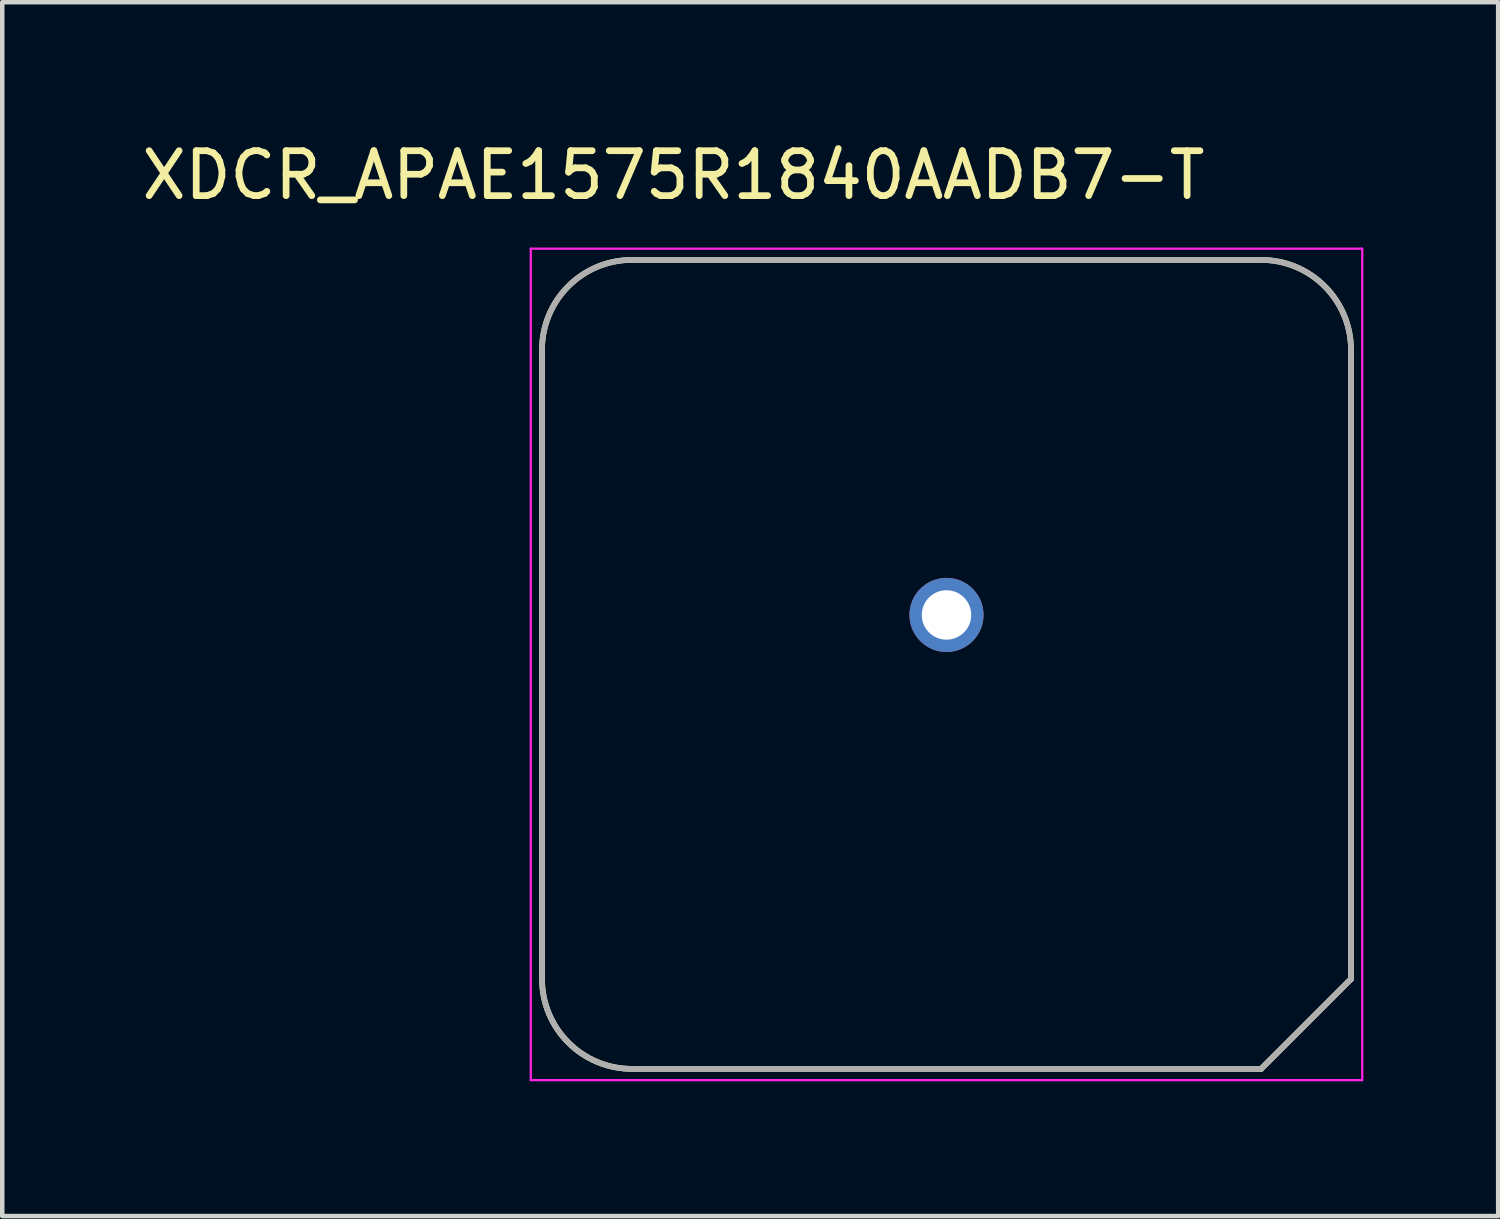
<source format=kicad_pcb>
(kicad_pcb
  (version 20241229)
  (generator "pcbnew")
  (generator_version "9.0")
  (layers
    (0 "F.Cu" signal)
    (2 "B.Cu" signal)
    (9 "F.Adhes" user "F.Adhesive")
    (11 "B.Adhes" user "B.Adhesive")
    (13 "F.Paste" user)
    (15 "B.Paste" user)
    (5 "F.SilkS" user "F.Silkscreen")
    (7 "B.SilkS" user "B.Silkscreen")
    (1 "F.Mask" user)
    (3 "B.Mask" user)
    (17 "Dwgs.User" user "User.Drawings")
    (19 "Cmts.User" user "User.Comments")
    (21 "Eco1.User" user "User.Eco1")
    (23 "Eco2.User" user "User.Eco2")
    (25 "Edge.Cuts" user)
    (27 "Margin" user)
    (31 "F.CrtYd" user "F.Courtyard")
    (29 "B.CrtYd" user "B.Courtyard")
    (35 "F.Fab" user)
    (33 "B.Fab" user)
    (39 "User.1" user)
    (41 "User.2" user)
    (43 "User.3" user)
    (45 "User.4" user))
  (footprint "XDCR_APAE1575R1840AADB7-T"
    (layer "F.Cu")
    (at 18.01 11.733)
    (property "Reference" "XDCR_APAE1575R1840AADB7-T" (at -6.075 -10.885 0) (layer "F.SilkS") (effects (font (size 1 1) (thickness 0.15))))
    (attr through_hole)
    (fp_line (start -9 -7) (end -9 7) (stroke (width 0.127) (type solid)) (layer "F.SilkS"))
    (fp_line (start -7 9) (end 7 9) (stroke (width 0.127) (type solid)) (layer "F.SilkS"))
    (fp_line (start 7 -9) (end -7 -9) (stroke (width 0.127) (type solid)) (layer "F.SilkS"))
    (fp_line (start 7 9) (end 9 7) (stroke (width 0.127) (type solid)) (layer "F.SilkS"))
    (fp_line (start 9 7) (end 9 -7) (stroke (width 0.127) (type solid)) (layer "F.SilkS"))
    (fp_arc (start -9 -7) (mid -8.414214 -8.414214) (end -7 -9) (stroke (width 0.127) (type solid)) (layer "F.SilkS"))
    (fp_arc (start -7 9) (mid -8.414214 8.414214) (end -9 7) (stroke (width 0.127) (type solid)) (layer "F.SilkS"))
    (fp_arc (start 7 -9) (mid 8.414214 -8.414214) (end 9 -7) (stroke (width 0.127) (type solid)) (layer "F.SilkS"))
    (fp_line (start -9.25 -9.25) (end -9.25 9.25) (stroke (width 0.05) (type solid)) (layer "F.CrtYd"))
    (fp_line (start -9.25 9.25) (end 9.25 9.25) (stroke (width 0.05) (type solid)) (layer "F.CrtYd"))
    (fp_line (start 9.25 -9.25) (end -9.25 -9.25) (stroke (width 0.05) (type solid)) (layer "F.CrtYd"))
    (fp_line (start 9.25 9.25) (end 9.25 -9.25) (stroke (width 0.05) (type solid)) (layer "F.CrtYd"))
    (fp_line (start -9 -7) (end -9 7) (stroke (width 0.127) (type solid)) (layer "F.Fab"))
    (fp_line (start -7 9) (end 7 9) (stroke (width 0.127) (type solid)) (layer "F.Fab"))
    (fp_line (start 7 -9) (end -7 -9) (stroke (width 0.127) (type solid)) (layer "F.Fab"))
    (fp_line (start 7 9) (end 9 7) (stroke (width 0.127) (type solid)) (layer "F.Fab"))
    (fp_line (start 9 7) (end 9 -7) (stroke (width 0.127) (type solid)) (layer "F.Fab"))
    (fp_arc (start -9 -7) (mid -8.414214 -8.414214) (end -7 -9) (stroke (width 0.127) (type solid)) (layer "F.Fab"))
    (fp_arc (start -7 9) (mid -8.414214 8.414214) (end -9 7) (stroke (width 0.127) (type solid)) (layer "F.Fab"))
    (fp_arc (start 7 -9) (mid 8.414214 -8.414214) (end 9 -7) (stroke (width 0.127) (type solid)) (layer "F.Fab"))
    (pad "1" thru_hole circle (at 0 -1.1) (size 1.65 1.65) (drill 1.1) (layers "*.Cu" "*.Mask")))
  (gr_rect
    (start -3 -3)
    (end 30.285 24.008)
    (stroke (width 0.1) (type default))
    (fill no)
    (layer "Edge.Cuts")))
</source>
